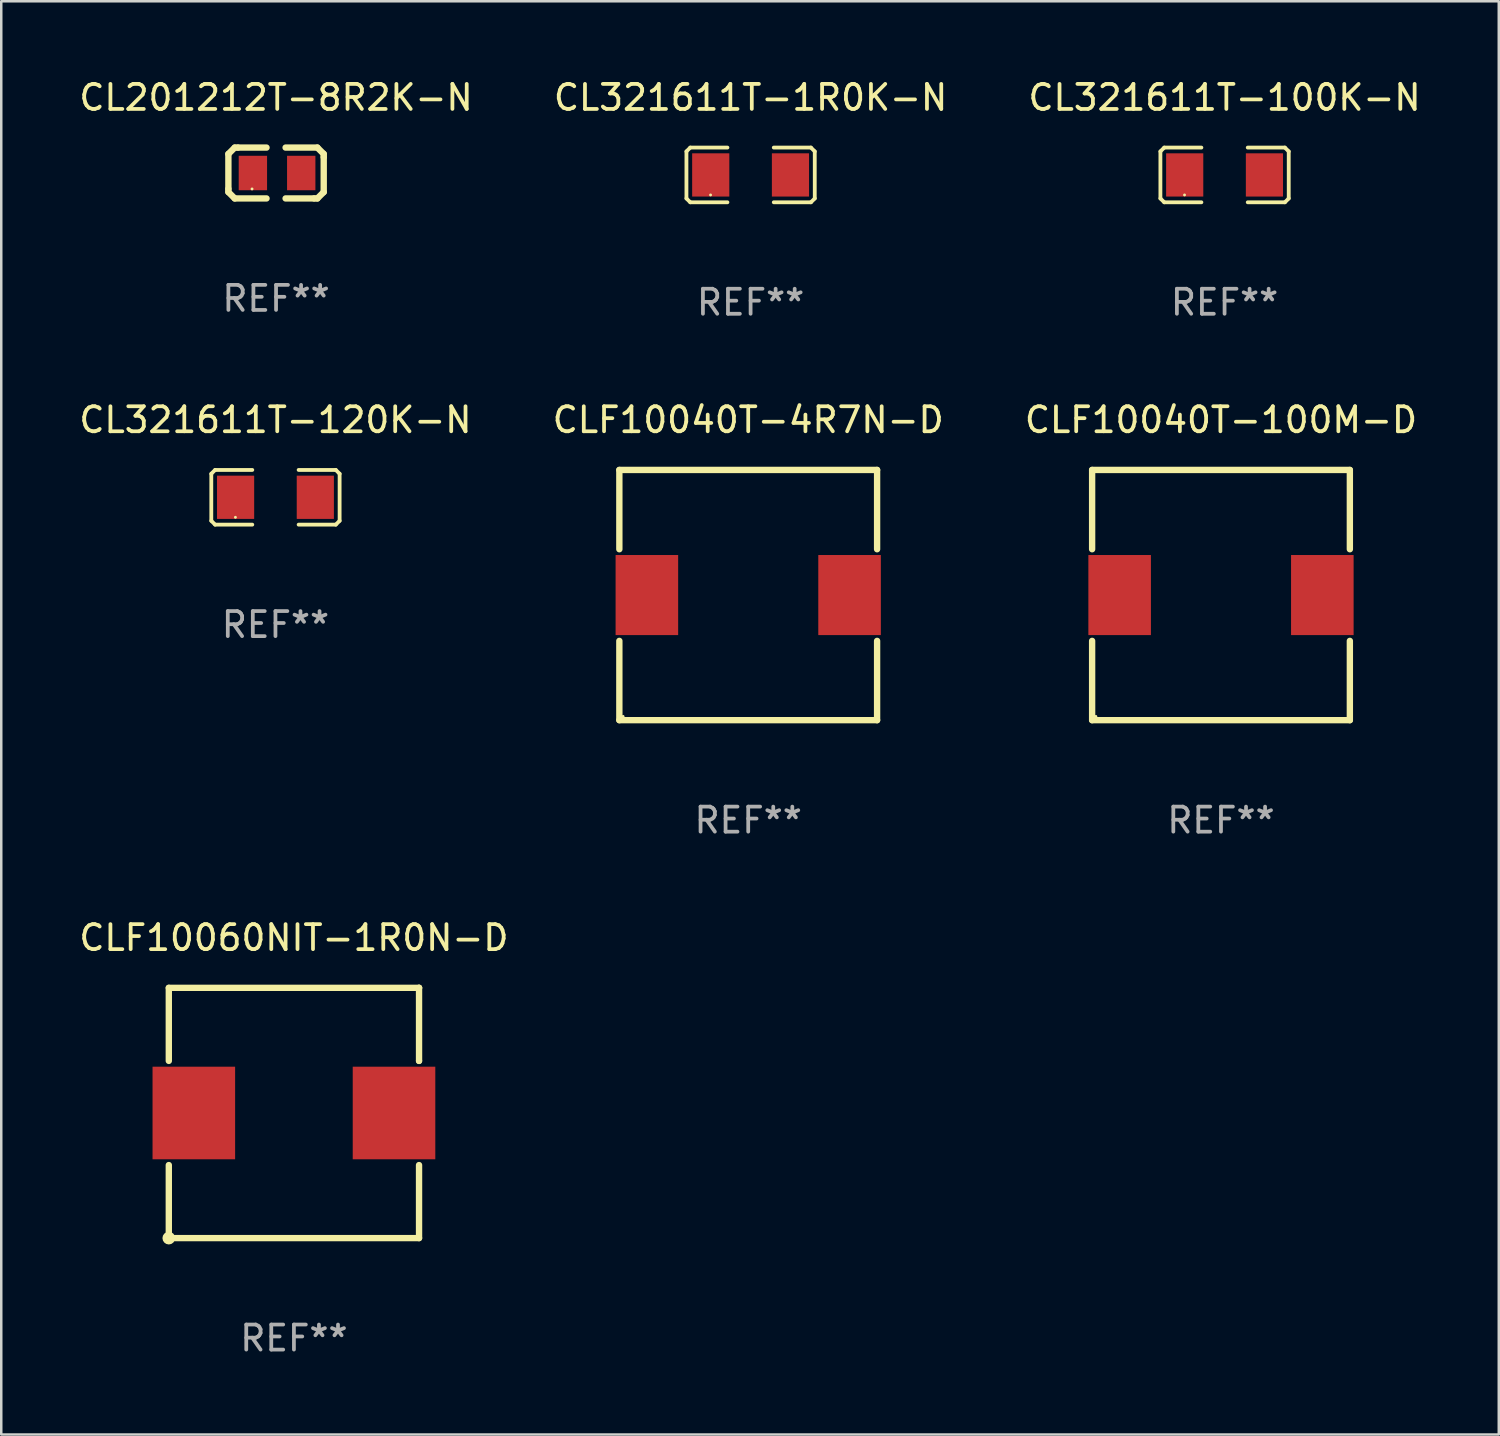
<source format=kicad_pcb>
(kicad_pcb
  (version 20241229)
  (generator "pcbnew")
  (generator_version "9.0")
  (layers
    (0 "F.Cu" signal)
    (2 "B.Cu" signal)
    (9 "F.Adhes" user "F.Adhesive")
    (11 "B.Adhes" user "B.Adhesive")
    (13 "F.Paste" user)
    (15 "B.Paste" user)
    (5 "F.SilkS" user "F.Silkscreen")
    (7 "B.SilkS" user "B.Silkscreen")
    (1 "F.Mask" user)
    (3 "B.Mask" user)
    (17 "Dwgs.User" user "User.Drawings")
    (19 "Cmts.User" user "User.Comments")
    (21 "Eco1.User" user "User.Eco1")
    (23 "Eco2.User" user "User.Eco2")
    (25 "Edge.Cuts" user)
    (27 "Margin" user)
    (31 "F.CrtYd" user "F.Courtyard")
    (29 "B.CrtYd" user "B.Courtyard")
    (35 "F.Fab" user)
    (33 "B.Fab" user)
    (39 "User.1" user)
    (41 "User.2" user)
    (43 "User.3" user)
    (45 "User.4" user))
  (footprint "CL321611T-120K-N"
    (layer "F.Cu")
    (at 7.958 16.823)
    (property "Reference" "CL321611T-120K-N" (at 0 -3.093 0) (layer "F.SilkS") (effects (font (size 1 1) (thickness 0.15))))
    (attr through_hole)
    (fp_line (start -2.564 -0.94) (end -2.411 -1.093) (stroke (width 0.152) (type solid)) (layer "F.SilkS"))
    (fp_line (start -2.564 0.94) (end -2.564 -0.94) (stroke (width 0.152) (type solid)) (layer "F.SilkS"))
    (fp_line (start -2.411 -1.093) (end -0.926 -1.093) (stroke (width 0.152) (type solid)) (layer "F.SilkS"))
    (fp_line (start -2.411 1.093) (end -2.564 0.94) (stroke (width 0.152) (type solid)) (layer "F.SilkS"))
    (fp_line (start -0.926 1.093) (end -2.411 1.093) (stroke (width 0.152) (type solid)) (layer "F.SilkS"))
    (fp_line (start 0.926 1.093) (end 2.411 1.093) (stroke (width 0.152) (type solid)) (layer "F.SilkS"))
    (fp_line (start 2.411 -1.093) (end 0.926 -1.093) (stroke (width 0.152) (type solid)) (layer "F.SilkS"))
    (fp_line (start 2.411 1.093) (end 2.564 0.94) (stroke (width 0.152) (type solid)) (layer "F.SilkS"))
    (fp_line (start 2.564 -0.94) (end 2.411 -1.093) (stroke (width 0.152) (type solid)) (layer "F.SilkS"))
    (fp_line (start 2.564 0.94) (end 2.564 -0.94) (stroke (width 0.152) (type solid)) (layer "F.SilkS"))
    (fp_circle (center -1.6 0.8) (end -1.57 0.8) (stroke (width 0.06) (type solid)) (fill no) (layer "F.SilkS"))
    (fp_text user "REF**" (at 0 5.093 0) (layer "F.Fab") (effects (font (size 1 1) (thickness 0.15))))
    (pad "1" smd rect (at -1.593 0) (size 1.485 1.728) (layers "F.Cu" "F.Mask" "F.Paste"))
    (pad "2" smd rect (at 1.593 0) (size 1.485 1.728) (layers "F.Cu" "F.Mask" "F.Paste")))
  (footprint "CLF10060NIT-1R0N-D"
    (layer "F.Cu")
    (at 8.696 41.427)
    (property "Reference" "CLF10060NIT-1R0N-D" (at 0 -7.001 0) (layer "F.SilkS") (effects (font (size 1 1) (thickness 0.15))))
    (attr through_hole)
    (fp_line (start -5 -5.001) (end 5 -5.001) (stroke (width 0.254) (type solid)) (layer "F.SilkS"))
    (fp_line (start -5 -2.081) (end -5 -4.999) (stroke (width 0.254) (type solid)) (layer "F.SilkS"))
    (fp_line (start -5 5.001) (end -5 2.082) (stroke (width 0.254) (type solid)) (layer "F.SilkS"))
    (fp_line (start 5 -5.001) (end 5 -4.998) (stroke (width 0.254) (type solid)) (layer "F.SilkS"))
    (fp_line (start 5 -4.998) (end 5 -2.08) (stroke (width 0.254) (type solid)) (layer "F.SilkS"))
    (fp_line (start 5 -2.08) (end 5 -2.08) (stroke (width 0.254) (type solid)) (layer "F.SilkS"))
    (fp_line (start 5 2.082) (end 5 5.001) (stroke (width 0.254) (type solid)) (layer "F.SilkS"))
    (fp_line (start 5 5.001) (end -5 5.001) (stroke (width 0.254) (type solid)) (layer "F.SilkS"))
    (fp_circle (center -5 5.001) (end -4.873 5.001) (stroke (width 0.254) (type solid)) (fill no) (layer "F.SilkS"))
    (fp_text user "REF**" (at 0 9.001 0) (layer "F.Fab") (effects (font (size 1 1) (thickness 0.15))))
    (pad "1" smd rect (at -4 0.001) (size 3.3 3.7) (layers "F.Cu" "F.Mask" "F.Paste"))
    (pad "2" smd rect (at 4 0.001) (size 3.3 3.7) (layers "F.Cu" "F.Mask" "F.Paste")))
  (footprint "CL321611T-1R0K-N"
    (layer "F.Cu")
    (at 26.946 3.941)
    (property "Reference" "CL321611T-1R0K-N" (at 0 -3.093 0) (layer "F.SilkS") (effects (font (size 1 1) (thickness 0.15))))
    (attr through_hole)
    (fp_line (start -2.564 -0.94) (end -2.411 -1.093) (stroke (width 0.152) (type solid)) (layer "F.SilkS"))
    (fp_line (start -2.564 0.94) (end -2.564 -0.94) (stroke (width 0.152) (type solid)) (layer "F.SilkS"))
    (fp_line (start -2.411 -1.093) (end -0.926 -1.093) (stroke (width 0.152) (type solid)) (layer "F.SilkS"))
    (fp_line (start -2.411 1.093) (end -2.564 0.94) (stroke (width 0.152) (type solid)) (layer "F.SilkS"))
    (fp_line (start -0.926 1.093) (end -2.411 1.093) (stroke (width 0.152) (type solid)) (layer "F.SilkS"))
    (fp_line (start 0.926 1.093) (end 2.411 1.093) (stroke (width 0.152) (type solid)) (layer "F.SilkS"))
    (fp_line (start 2.411 -1.093) (end 0.926 -1.093) (stroke (width 0.152) (type solid)) (layer "F.SilkS"))
    (fp_line (start 2.411 1.093) (end 2.564 0.94) (stroke (width 0.152) (type solid)) (layer "F.SilkS"))
    (fp_line (start 2.564 -0.94) (end 2.411 -1.093) (stroke (width 0.152) (type solid)) (layer "F.SilkS"))
    (fp_line (start 2.564 0.94) (end 2.564 -0.94) (stroke (width 0.152) (type solid)) (layer "F.SilkS"))
    (fp_circle (center -1.6 0.8) (end -1.57 0.8) (stroke (width 0.06) (type solid)) (fill no) (layer "F.SilkS"))
    (fp_text user "REF**" (at 0 5.093 0) (layer "F.Fab") (effects (font (size 1 1) (thickness 0.15))))
    (pad "1" smd rect (at -1.593 0) (size 1.485 1.728) (layers "F.Cu" "F.Mask" "F.Paste"))
    (pad "2" smd rect (at 1.593 0) (size 1.485 1.728) (layers "F.Cu" "F.Mask" "F.Paste")))
  (footprint "CL201212T-8R2K-N"
    (layer "F.Cu")
    (at 7.982 3.864)
    (property "Reference" "CL201212T-8R2K-N" (at 0 -3.016 0) (layer "F.SilkS") (effects (font (size 1 1) (thickness 0.15))))
    (attr through_hole)
    (fp_line (start -1.905 -0.762) (end -1.905 0.635) (stroke (width 0.254) (type solid)) (layer "F.SilkS"))
    (fp_line (start -1.905 0.635) (end -1.905 0.762) (stroke (width 0.254) (type solid)) (layer "F.SilkS"))
    (fp_line (start -1.905 0.762) (end -1.651 1.016) (stroke (width 0.254) (type solid)) (layer "F.SilkS"))
    (fp_line (start -1.651 -1.016) (end -1.905 -0.762) (stroke (width 0.254) (type solid)) (layer "F.SilkS"))
    (fp_line (start -1.651 1.016) (end -0.381 1.016) (stroke (width 0.254) (type solid)) (layer "F.SilkS"))
    (fp_line (start -1.524 -1.016) (end -1.651 -1.016) (stroke (width 0.254) (type solid)) (layer "F.SilkS"))
    (fp_line (start -0.381 -1.016) (end -1.524 -1.016) (stroke (width 0.254) (type solid)) (layer "F.SilkS"))
    (fp_line (start 0.381 1.016) (end 1.524 1.016) (stroke (width 0.254) (type solid)) (layer "F.SilkS"))
    (fp_line (start 1.524 1.016) (end 1.651 1.016) (stroke (width 0.254) (type solid)) (layer "F.SilkS"))
    (fp_line (start 1.651 -1.016) (end 0.381 -1.016) (stroke (width 0.254) (type solid)) (layer "F.SilkS"))
    (fp_line (start 1.651 1.016) (end 1.905 0.762) (stroke (width 0.254) (type solid)) (layer "F.SilkS"))
    (fp_line (start 1.905 -0.762) (end 1.651 -1.016) (stroke (width 0.254) (type solid)) (layer "F.SilkS"))
    (fp_line (start 1.905 -0.635) (end 1.905 -0.762) (stroke (width 0.254) (type solid)) (layer "F.SilkS"))
    (fp_line (start 1.905 0.762) (end 1.905 -0.635) (stroke (width 0.254) (type solid)) (layer "F.SilkS"))
    (fp_circle (center -0.96 0.637) (end -0.93 0.637) (stroke (width 0.06) (type solid)) (fill no) (layer "F.SilkS"))
    (fp_text user "REF**" (at 0 5.016 0) (layer "F.Fab") (effects (font (size 1 1) (thickness 0.15))))
    (pad "1" smd rect (at -0.926 -0.000051) (size 1.133 1.377) (layers "F.Cu" "F.Mask" "F.Paste"))
    (pad "2" smd rect (at 1.006 -0.000051) (size 1.133 1.377) (layers "F.Cu" "F.Mask" "F.Paste")))
  (footprint "CLF10040T-100M-D"
    (layer "F.Cu")
    (at 45.744 20.73)
    (property "Reference" "CLF10040T-100M-D" (at 0 -7 0) (layer "F.SilkS") (effects (font (size 1 1) (thickness 0.15))))
    (attr through_hole)
    (fp_line (start -5.15 -5) (end 5.15 -5) (stroke (width 0.254) (type solid)) (layer "F.SilkS"))
    (fp_line (start -5.15 -1.831) (end -5.15 -5) (stroke (width 0.254) (type solid)) (layer "F.SilkS"))
    (fp_line (start -5.15 5) (end -5.15 1.831) (stroke (width 0.254) (type solid)) (layer "F.SilkS"))
    (fp_line (start -5.15 5) (end 5.15 5) (stroke (width 0.254) (type solid)) (layer "F.SilkS"))
    (fp_line (start 5.15 -1.831) (end 5.15 -5) (stroke (width 0.254) (type solid)) (layer "F.SilkS"))
    (fp_line (start 5.15 5) (end 5.15 1.831) (stroke (width 0.254) (type solid)) (layer "F.SilkS"))
    (fp_circle (center -5 4.85) (end -4.97 4.85) (stroke (width 0.06) (type solid)) (fill no) (layer "F.SilkS"))
    (fp_text user "REF**" (at 0 9 0) (layer "F.Fab") (effects (font (size 1 1) (thickness 0.15))))
    (pad "1" smd rect (at -4.05 0) (size 2.5 3.2) (layers "F.Cu" "F.Mask" "F.Paste"))
    (pad "2" smd rect (at 4.05 0) (size 2.5 3.2) (layers "F.Cu" "F.Mask" "F.Paste")))
  (footprint "CLF10040T-4R7N-D"
    (layer "F.Cu")
    (at 26.851 20.73)
    (property "Reference" "CLF10040T-4R7N-D" (at 0 -7 0) (layer "F.SilkS") (effects (font (size 1 1) (thickness 0.15))))
    (attr through_hole)
    (fp_line (start -5.15 -5) (end 5.15 -5) (stroke (width 0.254) (type solid)) (layer "F.SilkS"))
    (fp_line (start -5.15 -1.831) (end -5.15 -5) (stroke (width 0.254) (type solid)) (layer "F.SilkS"))
    (fp_line (start -5.15 5) (end -5.15 1.831) (stroke (width 0.254) (type solid)) (layer "F.SilkS"))
    (fp_line (start -5.15 5) (end 5.15 5) (stroke (width 0.254) (type solid)) (layer "F.SilkS"))
    (fp_line (start 5.15 -1.831) (end 5.15 -5) (stroke (width 0.254) (type solid)) (layer "F.SilkS"))
    (fp_line (start 5.15 5) (end 5.15 1.831) (stroke (width 0.254) (type solid)) (layer "F.SilkS"))
    (fp_circle (center -5 4.85) (end -4.97 4.85) (stroke (width 0.06) (type solid)) (fill no) (layer "F.SilkS"))
    (fp_text user "REF**" (at 0 9 0) (layer "F.Fab") (effects (font (size 1 1) (thickness 0.15))))
    (pad "1" smd rect (at -4.05 0) (size 2.5 3.2) (layers "F.Cu" "F.Mask" "F.Paste"))
    (pad "2" smd rect (at 4.05 0) (size 2.5 3.2) (layers "F.Cu" "F.Mask" "F.Paste")))
  (footprint "CL321611T-100K-N"
    (layer "F.Cu")
    (at 45.887 3.941)
    (property "Reference" "CL321611T-100K-N" (at 0 -3.093 0) (layer "F.SilkS") (effects (font (size 1 1) (thickness 0.15))))
    (attr through_hole)
    (fp_line (start -2.564 -0.94) (end -2.411 -1.093) (stroke (width 0.152) (type solid)) (layer "F.SilkS"))
    (fp_line (start -2.564 0.94) (end -2.564 -0.94) (stroke (width 0.152) (type solid)) (layer "F.SilkS"))
    (fp_line (start -2.411 -1.093) (end -0.926 -1.093) (stroke (width 0.152) (type solid)) (layer "F.SilkS"))
    (fp_line (start -2.411 1.093) (end -2.564 0.94) (stroke (width 0.152) (type solid)) (layer "F.SilkS"))
    (fp_line (start -0.926 1.093) (end -2.411 1.093) (stroke (width 0.152) (type solid)) (layer "F.SilkS"))
    (fp_line (start 0.926 1.093) (end 2.411 1.093) (stroke (width 0.152) (type solid)) (layer "F.SilkS"))
    (fp_line (start 2.411 -1.093) (end 0.926 -1.093) (stroke (width 0.152) (type solid)) (layer "F.SilkS"))
    (fp_line (start 2.411 1.093) (end 2.564 0.94) (stroke (width 0.152) (type solid)) (layer "F.SilkS"))
    (fp_line (start 2.564 -0.94) (end 2.411 -1.093) (stroke (width 0.152) (type solid)) (layer "F.SilkS"))
    (fp_line (start 2.564 0.94) (end 2.564 -0.94) (stroke (width 0.152) (type solid)) (layer "F.SilkS"))
    (fp_circle (center -1.6 0.8) (end -1.57 0.8) (stroke (width 0.06) (type solid)) (fill no) (layer "F.SilkS"))
    (fp_text user "REF**" (at 0 5.093 0) (layer "F.Fab") (effects (font (size 1 1) (thickness 0.15))))
    (pad "1" smd rect (at -1.593 0) (size 1.485 1.728) (layers "F.Cu" "F.Mask" "F.Paste"))
    (pad "2" smd rect (at 1.593 0) (size 1.485 1.728) (layers "F.Cu" "F.Mask" "F.Paste")))
  (gr_rect
    (start -3 -3)
    (end 56.845 54.276)
    (stroke (width 0.1) (type default))
    (fill no)
    (layer "Edge.Cuts")))
</source>
